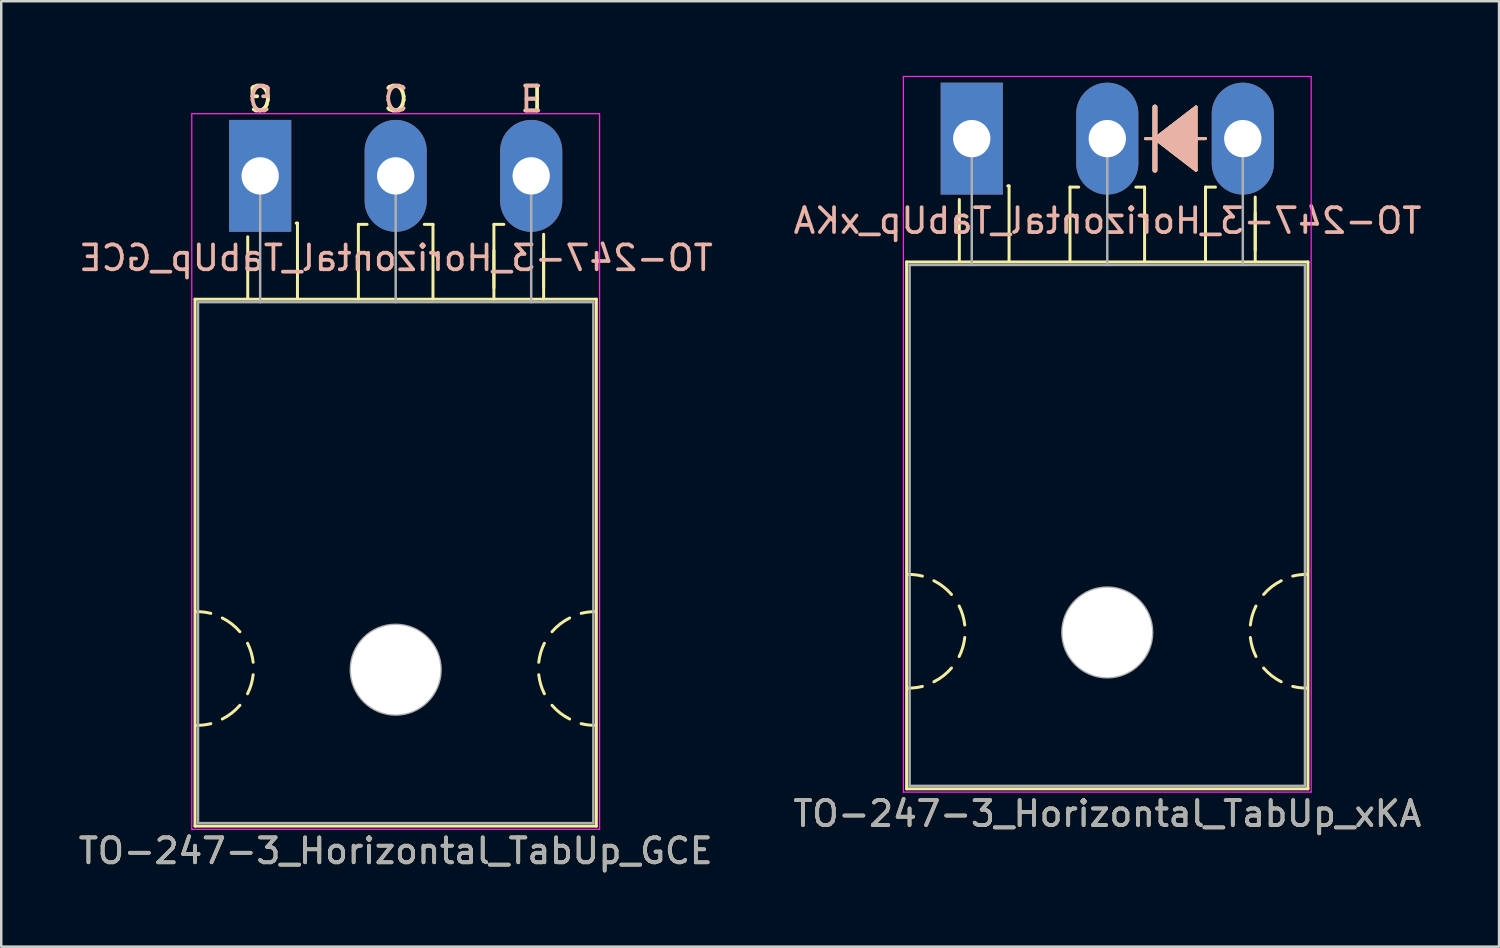
<source format=kicad_pcb>
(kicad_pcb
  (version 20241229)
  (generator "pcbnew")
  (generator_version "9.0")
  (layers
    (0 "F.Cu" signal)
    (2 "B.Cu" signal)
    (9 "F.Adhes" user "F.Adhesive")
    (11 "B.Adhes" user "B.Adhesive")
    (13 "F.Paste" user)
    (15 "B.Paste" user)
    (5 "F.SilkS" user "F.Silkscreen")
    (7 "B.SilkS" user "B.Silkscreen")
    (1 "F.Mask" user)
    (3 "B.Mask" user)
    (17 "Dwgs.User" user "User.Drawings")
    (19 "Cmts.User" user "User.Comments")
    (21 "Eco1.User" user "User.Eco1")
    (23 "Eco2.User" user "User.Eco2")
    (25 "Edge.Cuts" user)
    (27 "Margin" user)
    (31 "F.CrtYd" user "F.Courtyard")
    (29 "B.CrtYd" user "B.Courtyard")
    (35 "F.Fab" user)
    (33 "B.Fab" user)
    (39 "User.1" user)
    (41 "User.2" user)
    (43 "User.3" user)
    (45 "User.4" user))
  (footprint "TO-247-3_Horizontal_TabUp_xKA"
    (layer "F.Cu")
    (at 36.031 2.525)
    (property "Reference" "TO-247-3_Horizontal_TabUp_xKA" (at 5.45 27.15 0) (layer "F.SilkS") (effects (font (size 1 1) (thickness 0.15))))
    (fp_line (start -2.62 4.96) (end -2.62 26.15) (stroke (width 0.12) (type solid)) (layer "F.SilkS"))
    (fp_line (start -2.62 4.96) (end 13.52 4.96) (stroke (width 0.12) (type solid)) (layer "F.SilkS"))
    (fp_line (start -2.62 26.15) (end 13.52 26.15) (stroke (width 0.12) (type solid)) (layer "F.SilkS"))
    (fp_line (start -0.5 4.9) (end -0.5 2.45) (stroke (width 0.12) (type solid)) (layer "F.SilkS"))
    (fp_line (start 1.5 1.9) (end 1.45 1.9) (stroke (width 0.12) (type solid)) (layer "F.SilkS"))
    (fp_line (start 1.5 4.9) (end 1.5 1.9) (stroke (width 0.12) (type solid)) (layer "F.SilkS"))
    (fp_line (start 3.95 1.95) (end 4.3 1.95) (stroke (width 0.12) (type solid)) (layer "F.SilkS"))
    (fp_line (start 3.95 4.95) (end 3.95 1.95) (stroke (width 0.12) (type solid)) (layer "F.SilkS"))
    (fp_line (start 6.95 1.95) (end 6.6 1.95) (stroke (width 0.12) (type solid)) (layer "F.SilkS"))
    (fp_line (start 6.95 4.95) (end 6.95 1.95) (stroke (width 0.12) (type solid)) (layer "F.SilkS"))
    (fp_line (start 6.985 0) (end 7.366 0) (stroke (width 0.12) (type solid)) (layer "F.SilkS"))
    (fp_line (start 7.366 -1.27) (end 7.366 0) (stroke (width 0.2) (type solid)) (layer "F.SilkS"))
    (fp_line (start 7.366 0) (end 7.366 1.27) (stroke (width 0.2) (type solid)) (layer "F.SilkS"))
    (fp_line (start 7.366 0) (end 9.017 1.27) (stroke (width 0.12) (type solid)) (layer "F.SilkS"))
    (fp_line (start 9.017 -1.27) (end 7.366 0) (stroke (width 0.12) (type solid)) (layer "F.SilkS"))
    (fp_line (start 9.017 1.27) (end 9.017 -1.27) (stroke (width 0.12) (type solid)) (layer "F.SilkS"))
    (fp_line (start 9.398 0) (end 9.017 0) (stroke (width 0.12) (type solid)) (layer "F.SilkS"))
    (fp_line (start 9.4 1.95) (end 9.8 1.95) (stroke (width 0.12) (type solid)) (layer "F.SilkS"))
    (fp_line (start 9.4 4.5) (end 9.4 3) (stroke (width 0.12) (type solid)) (layer "F.SilkS"))
    (fp_line (start 9.4 4.95) (end 9.4 1.95) (stroke (width 0.12) (type solid)) (layer "F.SilkS"))
    (fp_line (start 11.4 4.5) (end 11.4 3) (stroke (width 0.12) (type solid)) (layer "F.SilkS"))
    (fp_line (start 11.4 4.95) (end 11.4 2.35) (stroke (width 0.12) (type solid)) (layer "F.SilkS"))
    (fp_line (start 13.52 4.96) (end 13.52 26.15) (stroke (width 0.12) (type solid)) (layer "F.SilkS"))
    (fp_arc (start -2.54 17.526) (mid -2.260689 17.543128) (end -1.985564 17.594254) (stroke (width 0.12) (type solid)) (layer "F.SilkS"))
    (fp_arc (start -1.985564 22.029746) (mid -2.260689 22.080872) (end -2.54 22.098) (stroke (width 0.12) (type solid)) (layer "F.SilkS"))
    (fp_arc (start -1.524001 17.780001) (mid -1.14188 18.02132) (end -0.815088 18.333504) (stroke (width 0.12) (type solid)) (layer "F.SilkS"))
    (fp_arc (start -0.815087 21.290497) (mid -1.141879 21.60268) (end -1.524 21.844) (stroke (width 0.12) (type solid)) (layer "F.SilkS"))
    (fp_arc (start -0.508001 18.796001) (mid -0.361178 19.168563) (end -0.282051 19.561117) (stroke (width 0.12) (type solid)) (layer "F.SilkS"))
    (fp_arc (start -0.282051 20.062883) (mid -0.361178 20.455437) (end -0.508001 20.827999) (stroke (width 0.12) (type solid)) (layer "F.SilkS"))
    (fp_arc (start 11.204051 19.561117) (mid 11.283178 19.168563) (end 11.430001 18.796001) (stroke (width 0.12) (type solid)) (layer "F.SilkS"))
    (fp_arc (start 11.430001 20.827999) (mid 11.283178 20.455437) (end 11.204051 20.062883) (stroke (width 0.12) (type solid)) (layer "F.SilkS"))
    (fp_arc (start 11.737087 18.333503) (mid 12.063879 18.02132) (end 12.446 17.78) (stroke (width 0.12) (type solid)) (layer "F.SilkS"))
    (fp_arc (start 12.446001 21.843999) (mid 12.06388 21.60268) (end 11.737088 21.290496) (stroke (width 0.12) (type solid)) (layer "F.SilkS"))
    (fp_arc (start 12.907564 17.594254) (mid 13.182689 17.543128) (end 13.462 17.526) (stroke (width 0.12) (type solid)) (layer "F.SilkS"))
    (fp_arc (start 13.462 22.098) (mid 13.182689 22.080872) (end 12.907564 22.029746) (stroke (width 0.12) (type solid)) (layer "F.SilkS"))
    (fp_poly (pts (xy 9.017 1.27) (xy 7.366 0) (xy 9.017 -1.27)) (stroke (width 0.1) (type solid)) (fill yes) (layer "F.SilkS"))
    (fp_line (start 6.985 0) (end 7.366 0) (stroke (width 0.12) (type solid)) (layer "B.SilkS"))
    (fp_line (start 7.366 0) (end 7.366 -1.27) (stroke (width 0.2) (type solid)) (layer "B.SilkS"))
    (fp_line (start 7.366 0) (end 9.017 -1.27) (stroke (width 0.12) (type solid)) (layer "B.SilkS"))
    (fp_line (start 7.366 1.27) (end 7.366 0) (stroke (width 0.2) (type solid)) (layer "B.SilkS"))
    (fp_line (start 9.017 -1.27) (end 9.017 1.27) (stroke (width 0.12) (type solid)) (layer "B.SilkS"))
    (fp_line (start 9.017 1.27) (end 7.366 0) (stroke (width 0.12) (type solid)) (layer "B.SilkS"))
    (fp_line (start 9.398 0) (end 9.017 0) (stroke (width 0.12) (type solid)) (layer "B.SilkS"))
    (fp_poly (pts (xy 9.017 -1.27) (xy 7.366 0) (xy 9.017 1.27)) (stroke (width 0.1) (type solid)) (fill yes) (layer "B.SilkS"))
    (fp_line (start -2.75 -2.5) (end -2.75 26.28) (stroke (width 0.05) (type solid)) (layer "F.CrtYd"))
    (fp_line (start -2.75 26.28) (end 13.65 26.28) (stroke (width 0.05) (type solid)) (layer "F.CrtYd"))
    (fp_line (start 13.65 -2.5) (end -2.75 -2.5) (stroke (width 0.05) (type solid)) (layer "F.CrtYd"))
    (fp_line (start 13.65 26.28) (end 13.65 -2.5) (stroke (width 0.05) (type solid)) (layer "F.CrtYd"))
    (fp_line (start -2.5 5.08) (end -2.5 26.03) (stroke (width 0.1) (type solid)) (layer "F.Fab"))
    (fp_line (start -2.5 26.03) (end 13.4 26.03) (stroke (width 0.1) (type solid)) (layer "F.Fab"))
    (fp_line (start 0 5.08) (end 0 0) (stroke (width 0.1) (type solid)) (layer "F.Fab"))
    (fp_line (start 5.45 5.08) (end 5.45 0) (stroke (width 0.1) (type solid)) (layer "F.Fab"))
    (fp_line (start 10.9 5.08) (end 10.9 0) (stroke (width 0.1) (type solid)) (layer "F.Fab"))
    (fp_line (start 13.4 5.08) (end -2.5 5.08) (stroke (width 0.1) (type solid)) (layer "F.Fab"))
    (fp_line (start 13.4 26.03) (end 13.4 5.08) (stroke (width 0.1) (type solid)) (layer "F.Fab"))
    (fp_circle (center 5.45 19.86) (end 7.255 19.86) (stroke (width 0.1) (type solid)) (fill no) (layer "F.Fab"))
    (fp_text user "${REFERENCE}" (at 5.461 3.302 0) (layer "B.SilkS") (effects (font (size 1 1) (thickness 0.15)) (justify mirror)))
    (fp_text user "${REFERENCE}" (at 5.45 27.15 0) (layer "F.Fab") (effects (font (size 1 1) (thickness 0.15))))
    (pad "" np_thru_hole oval (at 5.45 19.86) (size 3.6 3.6) (drill 3.6) (layers "*.Cu" "*.Mask"))
    (pad "1" thru_hole rect (at 0 0) (size 2.5 4.5) (drill 1.5) (layers "*.Cu" "*.Mask"))
    (pad "2" thru_hole oval (at 5.45 0) (size 2.5 4.5) (drill 1.5) (layers "*.Cu" "*.Mask"))
    (pad "3" thru_hole oval (at 10.9 0) (size 2.5 4.5) (drill 1.5) (layers "*.Cu" "*.Mask")))
  (footprint "TO-247-3_Horizontal_TabUp_GCE"
    (layer "F.Cu")
    (at 7.413 4.023)
    (property "Reference" "TO-247-3_Horizontal_TabUp_GCE" (at 5.45 27.15 0) (layer "F.SilkS") (effects (font (size 1 1) (thickness 0.15))))
    (fp_line (start -2.62 4.96) (end -2.62 26.15) (stroke (width 0.12) (type solid)) (layer "F.SilkS"))
    (fp_line (start -2.62 4.96) (end 13.52 4.96) (stroke (width 0.12) (type solid)) (layer "F.SilkS"))
    (fp_line (start -2.62 26.15) (end 13.52 26.15) (stroke (width 0.12) (type solid)) (layer "F.SilkS"))
    (fp_line (start -0.5 4.9) (end -0.5 2.45) (stroke (width 0.12) (type solid)) (layer "F.SilkS"))
    (fp_line (start 1.5 1.9) (end 1.45 1.9) (stroke (width 0.12) (type solid)) (layer "F.SilkS"))
    (fp_line (start 1.5 4.9) (end 1.5 1.9) (stroke (width 0.12) (type solid)) (layer "F.SilkS"))
    (fp_line (start 3.95 1.95) (end 4.3 1.95) (stroke (width 0.12) (type solid)) (layer "F.SilkS"))
    (fp_line (start 3.95 4.95) (end 3.95 1.95) (stroke (width 0.12) (type solid)) (layer "F.SilkS"))
    (fp_line (start 6.95 1.95) (end 6.6 1.95) (stroke (width 0.12) (type solid)) (layer "F.SilkS"))
    (fp_line (start 6.95 4.95) (end 6.95 1.95) (stroke (width 0.12) (type solid)) (layer "F.SilkS"))
    (fp_line (start 9.4 1.95) (end 9.8 1.95) (stroke (width 0.12) (type solid)) (layer "F.SilkS"))
    (fp_line (start 9.4 4.5) (end 9.4 3) (stroke (width 0.12) (type solid)) (layer "F.SilkS"))
    (fp_line (start 9.4 4.95) (end 9.4 1.95) (stroke (width 0.12) (type solid)) (layer "F.SilkS"))
    (fp_line (start 11.4 4.5) (end 11.4 3) (stroke (width 0.12) (type solid)) (layer "F.SilkS"))
    (fp_line (start 11.4 4.95) (end 11.4 2.35) (stroke (width 0.12) (type solid)) (layer "F.SilkS"))
    (fp_line (start 13.52 4.96) (end 13.52 26.15) (stroke (width 0.12) (type solid)) (layer "F.SilkS"))
    (fp_arc (start -2.54 17.526) (mid -2.260689 17.543128) (end -1.985564 17.594254) (stroke (width 0.12) (type solid)) (layer "F.SilkS"))
    (fp_arc (start -1.985564 22.029746) (mid -2.260689 22.080872) (end -2.54 22.098) (stroke (width 0.12) (type solid)) (layer "F.SilkS"))
    (fp_arc (start -1.524001 17.780001) (mid -1.14188 18.02132) (end -0.815088 18.333504) (stroke (width 0.12) (type solid)) (layer "F.SilkS"))
    (fp_arc (start -0.815087 21.290497) (mid -1.141879 21.60268) (end -1.524 21.844) (stroke (width 0.12) (type solid)) (layer "F.SilkS"))
    (fp_arc (start -0.508001 18.796001) (mid -0.361178 19.168563) (end -0.282051 19.561117) (stroke (width 0.12) (type solid)) (layer "F.SilkS"))
    (fp_arc (start -0.282051 20.062883) (mid -0.361178 20.455437) (end -0.508001 20.827999) (stroke (width 0.12) (type solid)) (layer "F.SilkS"))
    (fp_arc (start 11.204051 19.561117) (mid 11.283178 19.168563) (end 11.430001 18.796001) (stroke (width 0.12) (type solid)) (layer "F.SilkS"))
    (fp_arc (start 11.430001 20.827999) (mid 11.283178 20.455437) (end 11.204051 20.062883) (stroke (width 0.12) (type solid)) (layer "F.SilkS"))
    (fp_arc (start 11.737087 18.333503) (mid 12.063879 18.02132) (end 12.446 17.78) (stroke (width 0.12) (type solid)) (layer "F.SilkS"))
    (fp_arc (start 12.446001 21.843999) (mid 12.06388 21.60268) (end 11.737088 21.290496) (stroke (width 0.12) (type solid)) (layer "F.SilkS"))
    (fp_arc (start 12.907564 17.594254) (mid 13.182689 17.543128) (end 13.462 17.526) (stroke (width 0.12) (type solid)) (layer "F.SilkS"))
    (fp_arc (start 13.462 22.098) (mid 13.182689 22.080872) (end 12.907564 22.029746) (stroke (width 0.12) (type solid)) (layer "F.SilkS"))
    (fp_line (start -2.75 -2.5) (end -2.75 26.28) (stroke (width 0.05) (type solid)) (layer "F.CrtYd"))
    (fp_line (start -2.75 26.28) (end 13.65 26.28) (stroke (width 0.05) (type solid)) (layer "F.CrtYd"))
    (fp_line (start 13.65 -2.5) (end -2.75 -2.5) (stroke (width 0.05) (type solid)) (layer "F.CrtYd"))
    (fp_line (start 13.65 26.28) (end 13.65 -2.5) (stroke (width 0.05) (type solid)) (layer "F.CrtYd"))
    (fp_line (start -2.5 5.08) (end -2.5 26.03) (stroke (width 0.1) (type solid)) (layer "F.Fab"))
    (fp_line (start -2.5 26.03) (end 13.4 26.03) (stroke (width 0.1) (type solid)) (layer "F.Fab"))
    (fp_line (start 0 5.08) (end 0 0) (stroke (width 0.1) (type solid)) (layer "F.Fab"))
    (fp_line (start 5.45 5.08) (end 5.45 0) (stroke (width 0.1) (type solid)) (layer "F.Fab"))
    (fp_line (start 10.9 5.08) (end 10.9 0) (stroke (width 0.1) (type solid)) (layer "F.Fab"))
    (fp_line (start 13.4 5.08) (end -2.5 5.08) (stroke (width 0.1) (type solid)) (layer "F.Fab"))
    (fp_line (start 13.4 26.03) (end 13.4 5.08) (stroke (width 0.1) (type solid)) (layer "F.Fab"))
    (fp_circle (center 5.45 19.86) (end 7.255 19.86) (stroke (width 0.1) (type solid)) (fill no) (layer "F.Fab"))
    (fp_text user "E" (at 10.922 -3.175 180) (unlocked yes) (layer "F.SilkS") (effects (font (size 1 1) (thickness 0.15))))
    (fp_text user "G" (at 0 -3.175 180) (unlocked yes) (layer "F.SilkS") (effects (font (size 1 1) (thickness 0.15))))
    (fp_text user "C" (at 5.461 -3.175 180) (unlocked yes) (layer "F.SilkS") (effects (font (size 1 1) (thickness 0.15))))
    (fp_text user "G" (at 0 -3.175 180) (unlocked yes) (layer "B.SilkS") (effects (font (size 1 1) (thickness 0.15)) (justify mirror)))
    (fp_text user "${REFERENCE}" (at 5.461 3.302 0) (layer "B.SilkS") (effects (font (size 1 1) (thickness 0.15)) (justify mirror)))
    (fp_text user "E" (at 10.922 -3.175 180) (unlocked yes) (layer "B.SilkS") (effects (font (size 1 1) (thickness 0.15)) (justify mirror)))
    (fp_text user "C" (at 5.461 -3.175 180) (unlocked yes) (layer "B.SilkS") (effects (font (size 1 1) (thickness 0.15)) (justify mirror)))
    (fp_text user "${REFERENCE}" (at 5.45 27.15 0) (layer "F.Fab") (effects (font (size 1 1) (thickness 0.15))))
    (pad "" np_thru_hole oval (at 5.45 19.86) (size 3.6 3.6) (drill 3.6) (layers "*.Cu" "*.Mask"))
    (pad "1" thru_hole rect (at 0 0) (size 2.5 4.5) (drill 1.5) (layers "*.Cu" "*.Mask"))
    (pad "2" thru_hole oval (at 5.45 0) (size 2.5 4.5) (drill 1.5) (layers "*.Cu" "*.Mask"))
    (pad "3" thru_hole oval (at 10.9 0) (size 2.5 4.5) (drill 1.5) (layers "*.Cu" "*.Mask")))
  (gr_rect
    (start -3 -3)
    (end 57.236 35.022)
    (stroke (width 0.1) (type default))
    (fill no)
    (layer "Edge.Cuts")))
</source>
